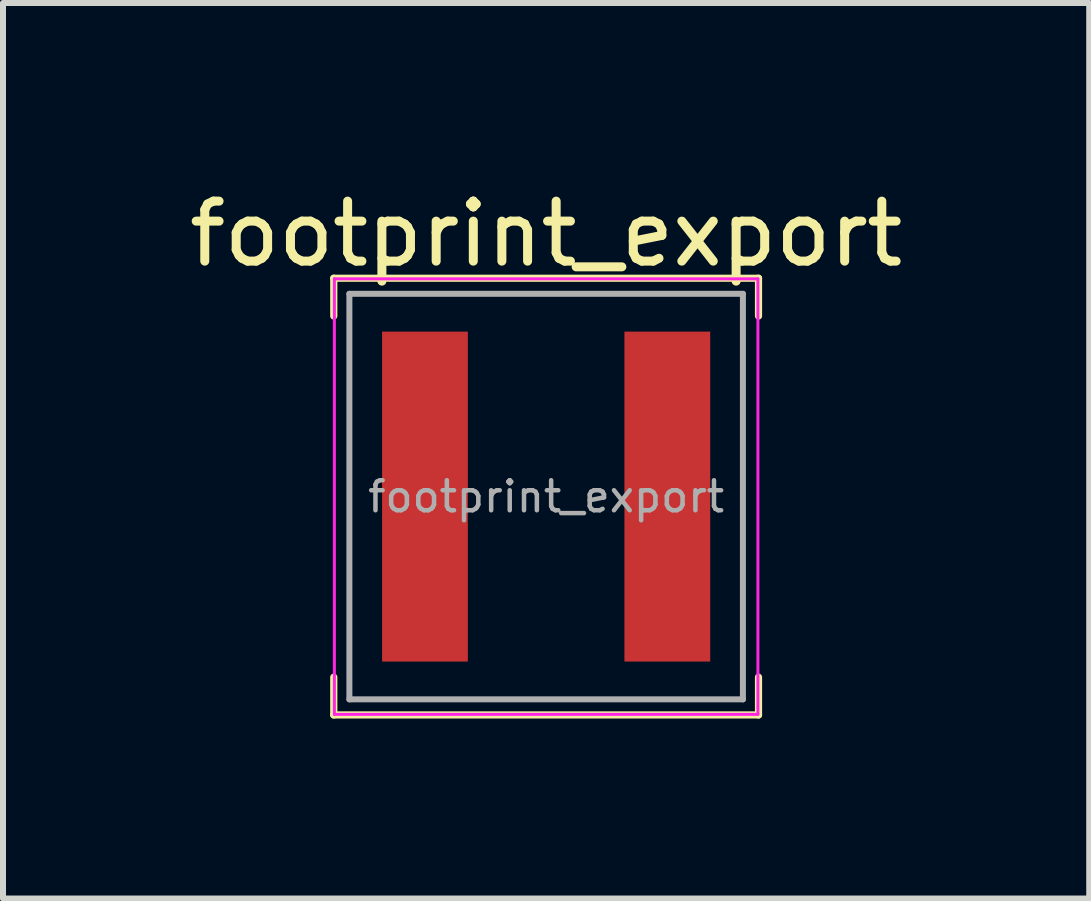
<source format=kicad_pcb>
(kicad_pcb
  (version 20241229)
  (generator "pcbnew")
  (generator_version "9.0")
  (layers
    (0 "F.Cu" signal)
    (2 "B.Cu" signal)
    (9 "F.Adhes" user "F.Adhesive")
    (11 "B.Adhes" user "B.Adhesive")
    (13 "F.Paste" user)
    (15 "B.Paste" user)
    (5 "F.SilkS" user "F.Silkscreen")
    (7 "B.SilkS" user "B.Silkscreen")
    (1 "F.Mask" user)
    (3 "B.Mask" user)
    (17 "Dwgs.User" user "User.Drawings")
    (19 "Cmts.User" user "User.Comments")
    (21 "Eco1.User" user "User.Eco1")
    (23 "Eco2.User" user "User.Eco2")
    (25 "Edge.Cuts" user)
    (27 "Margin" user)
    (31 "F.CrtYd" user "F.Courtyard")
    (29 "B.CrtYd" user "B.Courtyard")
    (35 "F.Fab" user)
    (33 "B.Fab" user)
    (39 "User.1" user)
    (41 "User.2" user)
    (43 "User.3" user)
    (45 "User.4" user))
  (footprint "footprint_export"
    (layer "F.Cu")
    (at 6.054 5.228)
    (property "Reference" "footprint_export" (at 0 -4.38 0) (layer "F.SilkS") (effects (font (size 1 1) (thickness 0.15))))
    (attr smd)
    (fp_line (start -3.54 -3.64) (end -3.54 -3.01) (stroke (width 0.12) (type solid)) (layer "F.SilkS"))
    (fp_line (start -3.54 -3.64) (end 3.54 -3.64) (stroke (width 0.12) (type solid)) (layer "F.SilkS"))
    (fp_line (start -3.54 3.64) (end -3.54 3.01) (stroke (width 0.12) (type solid)) (layer "F.SilkS"))
    (fp_line (start -3.54 3.64) (end 3.54 3.64) (stroke (width 0.12) (type solid)) (layer "F.SilkS"))
    (fp_line (start 3.54 -3.64) (end 3.54 -3.01) (stroke (width 0.12) (type solid)) (layer "F.SilkS"))
    (fp_line (start 3.54 3.64) (end 3.54 3.01) (stroke (width 0.12) (type solid)) (layer "F.SilkS"))
    (fp_line (start -3.53 -3.63) (end -3.53 3.63) (stroke (width 0.05) (type solid)) (layer "F.CrtYd"))
    (fp_line (start -3.53 3.63) (end 3.53 3.63) (stroke (width 0.05) (type solid)) (layer "F.CrtYd"))
    (fp_line (start 3.53 -3.63) (end -3.53 -3.63) (stroke (width 0.05) (type solid)) (layer "F.CrtYd"))
    (fp_line (start 3.53 3.63) (end 3.53 -3.63) (stroke (width 0.05) (type solid)) (layer "F.CrtYd"))
    (fp_line (start -3.28 -3.38) (end -3.28 3.38) (stroke (width 0.1) (type solid)) (layer "F.Fab"))
    (fp_line (start -3.28 3.38) (end 3.28 3.38) (stroke (width 0.1) (type solid)) (layer "F.Fab"))
    (fp_line (start 3.28 -3.38) (end -3.28 -3.38) (stroke (width 0.1) (type solid)) (layer "F.Fab"))
    (fp_line (start 3.28 3.38) (end 3.28 -3.38) (stroke (width 0.1) (type solid)) (layer "F.Fab"))
    (fp_text user "${REFERENCE}" (at 0 0 0) (layer "F.Fab") (effects (font (size 0.5 0.5) (thickness 0.075))))
    (pad "1" smd rect (at -2.02 0) (size 1.43 5.5) (layers "F.Cu" "F.Mask" "F.Paste"))
    (pad "2" smd rect (at 2.02 0) (size 1.43 5.5) (layers "F.Cu" "F.Mask" "F.Paste")))
  (gr_rect
    (start -3 -3)
    (end 15.107 11.928)
    (stroke (width 0.1) (type default))
    (fill no)
    (layer "Edge.Cuts")))
</source>
